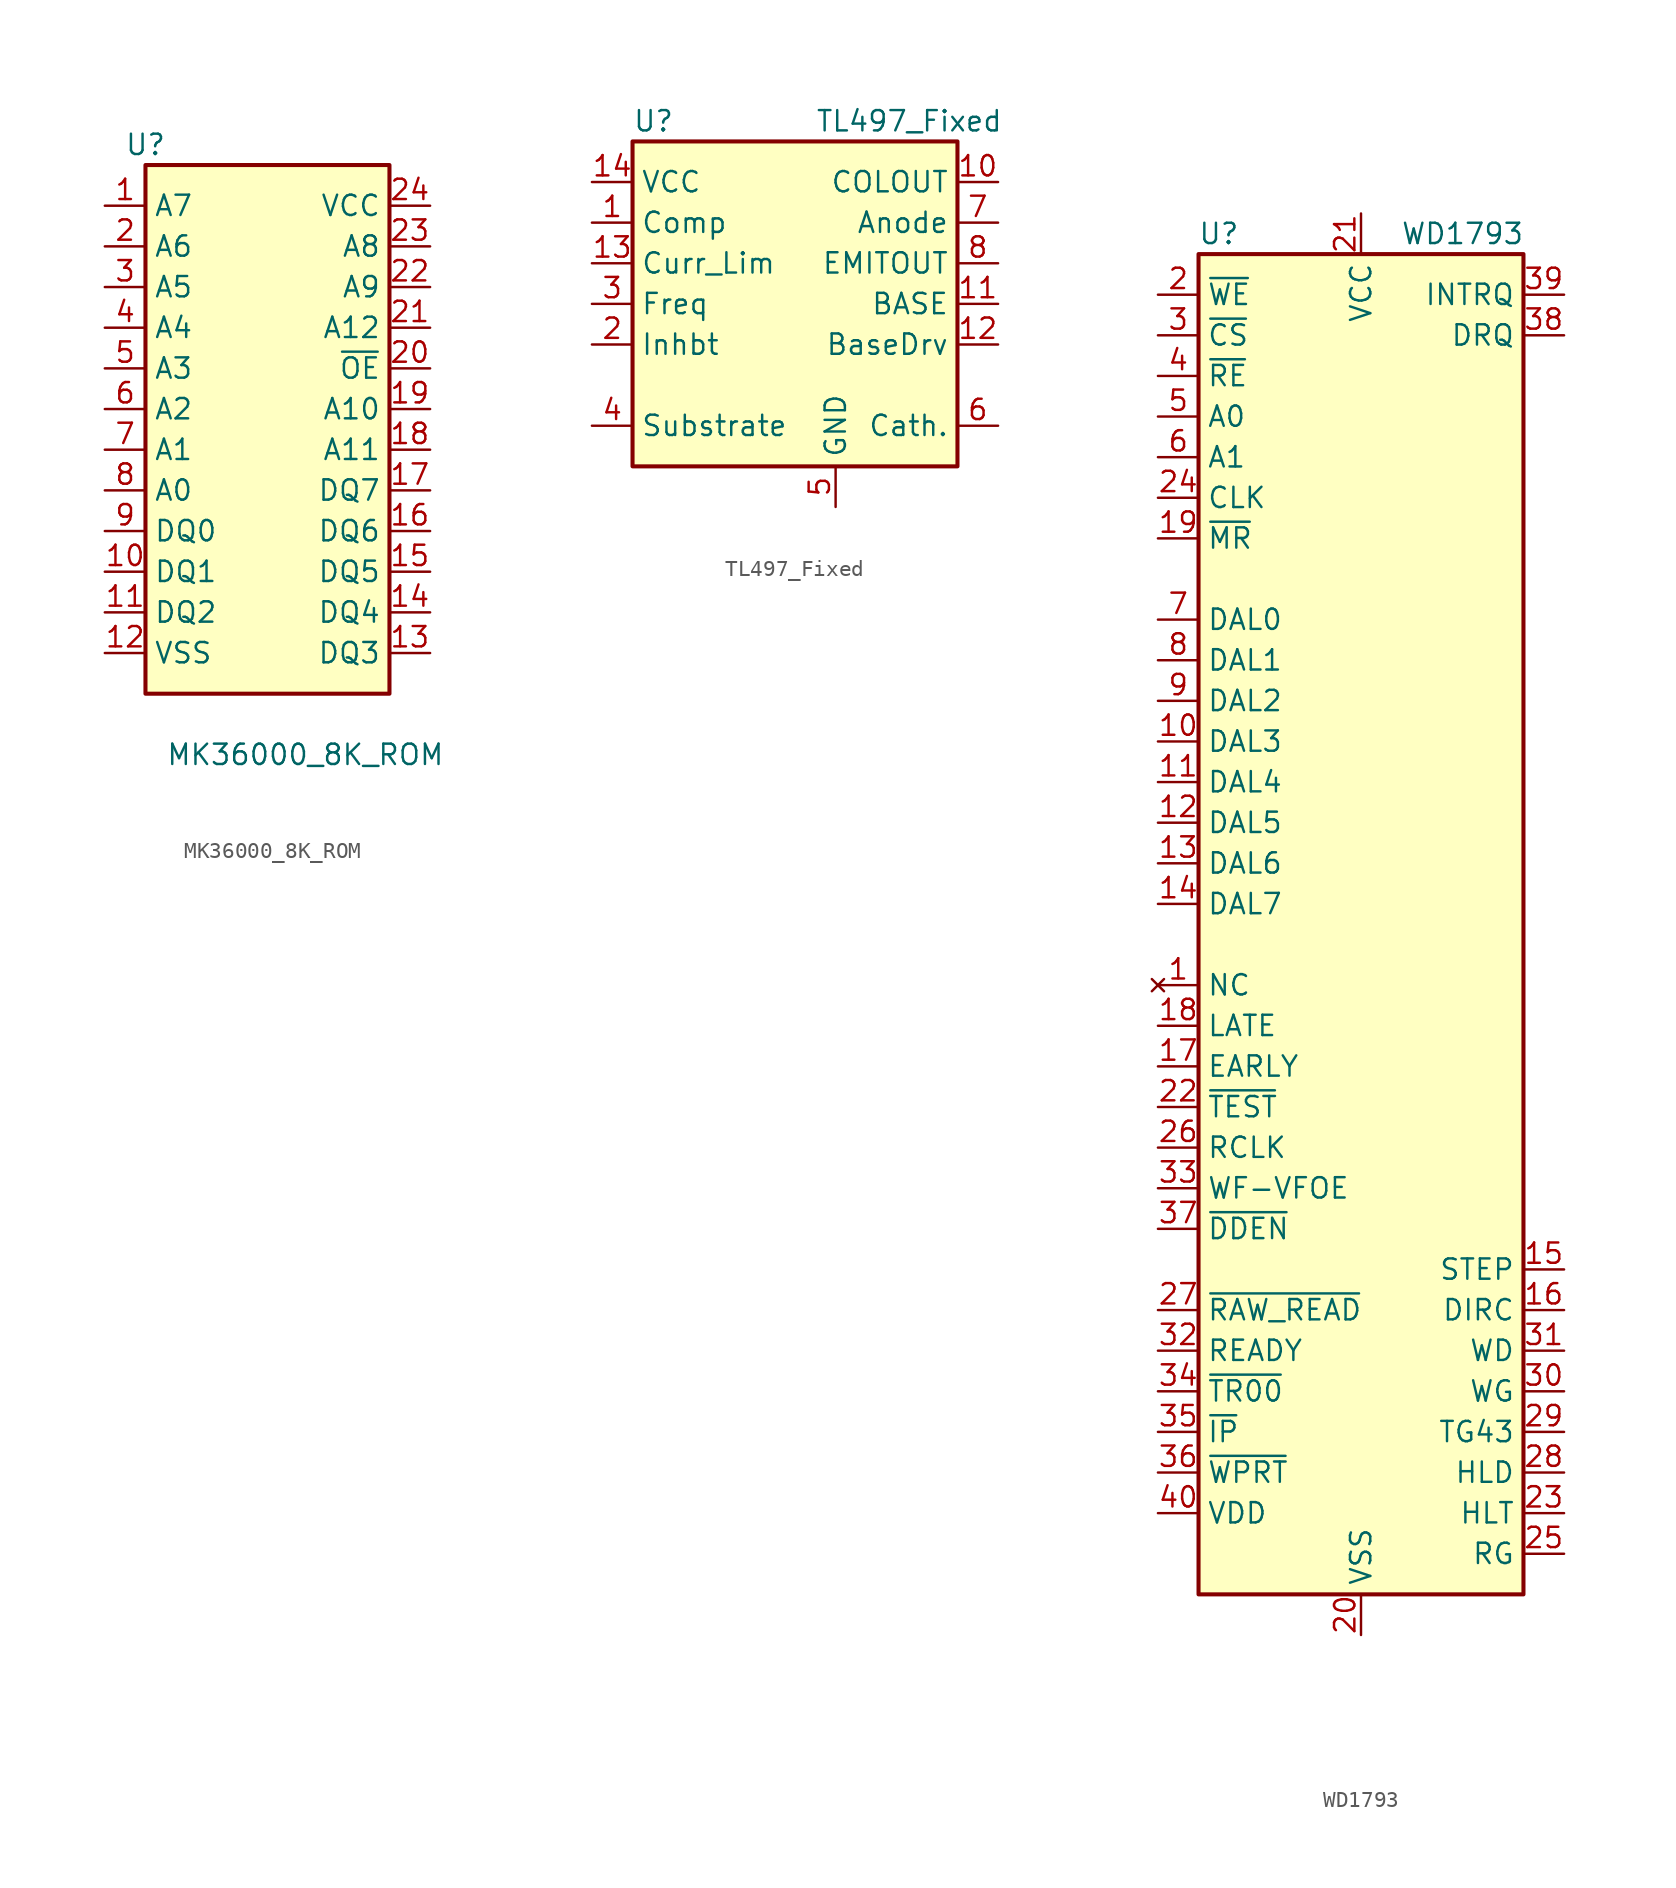
<source format=kicad_sym>
(kicad_symbol_lib
  (version 20220914)
  (generator kicad_symbol_editor)
  (symbol "MK36000_8K_ROM"
    (property "Reference" "U"
      (at -7.62 17.78 0)
      (effects (font (size 1.27 1.27))))
    (property "Value" "MK36000_8K_ROM"
      (at -6.35 -20.32 0)
      (effects (font (size 1.27 1.27)) (justify left)))
    (symbol "MK36000_8K_ROM_1_1"
      (rectangle (start -7.62 16.51) (end 7.62 -16.51) (stroke (width 0.254) (type default)) (fill (type background)))
      (pin input line (at -10.16 13.97 0) (length 2.54) (name "A7" (effects (font (size 1.27 1.27)))) (number "1" (effects (font (size 1.27 1.27)))))
      (pin tri_state line (at -10.16 -8.89 0) (length 2.54) (name "DQ1" (effects (font (size 1.27 1.27)))) (number "10" (effects (font (size 1.27 1.27)))))
      (pin tri_state line (at -10.16 -11.43 0) (length 2.54) (name "DQ2" (effects (font (size 1.27 1.27)))) (number "11" (effects (font (size 1.27 1.27)))))
      (pin power_in line (at -10.16 -13.97 0) (length 2.54) (name "VSS" (effects (font (size 1.27 1.27)))) (number "12" (effects (font (size 1.27 1.27)))))
      (pin tri_state line (at 10.16 -13.97 180) (length 2.54) (name "DQ3" (effects (font (size 1.27 1.27)))) (number "13" (effects (font (size 1.27 1.27)))))
      (pin tri_state line (at 10.16 -11.43 180) (length 2.54) (name "DQ4" (effects (font (size 1.27 1.27)))) (number "14" (effects (font (size 1.27 1.27)))))
      (pin tri_state line (at 10.16 -8.89 180) (length 2.54) (name "DQ5" (effects (font (size 1.27 1.27)))) (number "15" (effects (font (size 1.27 1.27)))))
      (pin tri_state line (at 10.16 -6.35 180) (length 2.54) (name "DQ6" (effects (font (size 1.27 1.27)))) (number "16" (effects (font (size 1.27 1.27)))))
      (pin tri_state line (at 10.16 -3.81 180) (length 2.54) (name "DQ7" (effects (font (size 1.27 1.27)))) (number "17" (effects (font (size 1.27 1.27)))))
      (pin input line (at 10.16 -1.27 180) (length 2.54) (name "A11" (effects (font (size 1.27 1.27)))) (number "18" (effects (font (size 1.27 1.27)))))
      (pin input line (at 10.16 1.27 180) (length 2.54) (name "A10" (effects (font (size 1.27 1.27)))) (number "19" (effects (font (size 1.27 1.27)))))
      (pin input line (at -10.16 11.43 0) (length 2.54) (name "A6" (effects (font (size 1.27 1.27)))) (number "2" (effects (font (size 1.27 1.27)))))
      (pin input line (at 10.16 3.81 180) (length 2.54) (name "~{OE}" (effects (font (size 1.27 1.27)))) (number "20" (effects (font (size 1.27 1.27)))))
      (pin input line (at 10.16 6.35 180) (length 2.54) (name "A12" (effects (font (size 1.27 1.27)))) (number "21" (effects (font (size 1.27 1.27)))))
      (pin input line (at 10.16 8.89 180) (length 2.54) (name "A9" (effects (font (size 1.27 1.27)))) (number "22" (effects (font (size 1.27 1.27)))))
      (pin input line (at 10.16 11.43 180) (length 2.54) (name "A8" (effects (font (size 1.27 1.27)))) (number "23" (effects (font (size 1.27 1.27)))))
      (pin power_in line (at 10.16 13.97 180) (length 2.54) (name "VCC" (effects (font (size 1.27 1.27)))) (number "24" (effects (font (size 1.27 1.27)))))
      (pin input line (at -10.16 8.89 0) (length 2.54) (name "A5" (effects (font (size 1.27 1.27)))) (number "3" (effects (font (size 1.27 1.27)))))
      (pin input line (at -10.16 6.35 0) (length 2.54) (name "A4" (effects (font (size 1.27 1.27)))) (number "4" (effects (font (size 1.27 1.27)))))
      (pin input line (at -10.16 3.81 0) (length 2.54) (name "A3" (effects (font (size 1.27 1.27)))) (number "5" (effects (font (size 1.27 1.27)))))
      (pin input line (at -10.16 1.27 0) (length 2.54) (name "A2" (effects (font (size 1.27 1.27)))) (number "6" (effects (font (size 1.27 1.27)))))
      (pin input line (at -10.16 -1.27 0) (length 2.54) (name "A1" (effects (font (size 1.27 1.27)))) (number "7" (effects (font (size 1.27 1.27)))))
      (pin input line (at -10.16 -3.81 0) (length 2.54) (name "A0" (effects (font (size 1.27 1.27)))) (number "8" (effects (font (size 1.27 1.27)))))
      (pin tri_state line (at -10.16 -6.35 0) (length 2.54) (name "DQ0" (effects (font (size 1.27 1.27)))) (number "9" (effects (font (size 1.27 1.27)))))))
  (symbol "TL497_Fixed"
    (property "Reference" "U"
      (at -10.16 11.43 0)
      (effects (font (size 1.27 1.27)) (justify left)))
    (property "Value" "TL497_Fixed"
      (at 1.27 11.43 0)
      (effects (font (size 1.27 1.27)) (justify left)))
    (symbol "TL497_Fixed_0_1"
      (rectangle (start -10.16 10.16) (end 10.16 -10.16) (stroke (width 0.254) (type default)) (fill (type background))))
    (symbol "TL497_Fixed_1_1"
      (pin input line (at -12.7 5.08 0) (length 2.54) (name "Comp" (effects (font (size 1.27 1.27)))) (number "1" (effects (font (size 1.27 1.27)))))
      (pin open_collector line (at 12.7 7.62 180) (length 2.54) (name "COLOUT" (effects (font (size 1.27 1.27)))) (number "10" (effects (font (size 1.27 1.27)))))
      (pin passive line (at 12.7 0 180) (length 2.54) (name "BASE" (effects (font (size 1.27 1.27)))) (number "11" (effects (font (size 1.27 1.27)))))
      (pin passive line (at 12.7 -2.54 180) (length 2.54) (name "BaseDrv" (effects (font (size 1.27 1.27)))) (number "12" (effects (font (size 1.27 1.27)))))
      (pin input line (at -12.7 2.54 0) (length 2.54) (name "Curr_Lim" (effects (font (size 1.27 1.27)))) (number "13" (effects (font (size 1.27 1.27)))))
      (pin power_in line (at -12.7 7.62 0) (length 2.54) (name "VCC" (effects (font (size 1.27 1.27)))) (number "14" (effects (font (size 1.27 1.27)))))
      (pin input line (at -12.7 -2.54 0) (length 2.54) (name "Inhbt" (effects (font (size 1.27 1.27)))) (number "2" (effects (font (size 1.27 1.27)))))
      (pin input line (at -12.7 0 0) (length 2.54) (name "Freq" (effects (font (size 1.27 1.27)))) (number "3" (effects (font (size 1.27 1.27)))))
      (pin input line (at -12.7 -7.62 0) (length 2.54) (name "Substrate" (effects (font (size 1.27 1.27)))) (number "4" (effects (font (size 1.27 1.27)))))
      (pin power_in line (at 2.54 -12.7 90) (length 2.54) (name "GND" (effects (font (size 1.27 1.27)))) (number "5" (effects (font (size 1.27 1.27)))))
      (pin passive line (at 12.7 -7.62 180) (length 2.54) (name "Cath." (effects (font (size 1.27 1.27)))) (number "6" (effects (font (size 1.27 1.27)))))
      (pin passive line (at 12.7 5.08 180) (length 2.54) (name "Anode" (effects (font (size 1.27 1.27)))) (number "7" (effects (font (size 1.27 1.27)))))
      (pin power_in line (at 12.7 2.54 180) (length 2.54) (name "EMITOUT" (effects (font (size 1.27 1.27)))) (number "8" (effects (font (size 1.27 1.27)))))
      (pin no_connect line (at -10.16 -5.08 0) (length 2.54) hide (name "NC" (effects (font (size 1.27 1.27)))) (number "9" (effects (font (size 1.27 1.27)))))))
  (symbol "WD1793"
    (property "Reference" "U"
      (at -8.89 44.45 0)
      (effects (font (size 1.27 1.27))))
    (property "Value" "WD1793"
      (at 6.35 44.45 0)
      (effects (font (size 1.27 1.27))))
    (symbol "WD1793_0_1"
      (rectangle (start -10.16 43.18) (end 10.16 -40.64) (stroke (width 0.254) (type default)) (fill (type background))))
    (symbol "WD1793_1_1"
      (pin no_connect line (at -12.7 -2.54 0) (length 2.54) (name "NC" (effects (font (size 1.27 1.27)))) (number "1" (effects (font (size 1.27 1.27)))))
      (pin tri_state line (at -12.7 12.7 0) (length 2.54) (name "DAL3" (effects (font (size 1.27 1.27)))) (number "10" (effects (font (size 1.27 1.27)))))
      (pin tri_state line (at -12.7 10.16 0) (length 2.54) (name "DAL4" (effects (font (size 1.27 1.27)))) (number "11" (effects (font (size 1.27 1.27)))))
      (pin tri_state line (at -12.7 7.62 0) (length 2.54) (name "DAL5" (effects (font (size 1.27 1.27)))) (number "12" (effects (font (size 1.27 1.27)))))
      (pin tri_state line (at -12.7 5.08 0) (length 2.54) (name "DAL6" (effects (font (size 1.27 1.27)))) (number "13" (effects (font (size 1.27 1.27)))))
      (pin tri_state line (at -12.7 2.54 0) (length 2.54) (name "DAL7" (effects (font (size 1.27 1.27)))) (number "14" (effects (font (size 1.27 1.27)))))
      (pin output line (at 12.7 -20.32 180) (length 2.54) (name "STEP" (effects (font (size 1.27 1.27)))) (number "15" (effects (font (size 1.27 1.27)))))
      (pin output line (at 12.7 -22.86 180) (length 2.54) (name "DIRC" (effects (font (size 1.27 1.27)))) (number "16" (effects (font (size 1.27 1.27)))))
      (pin output line (at -12.7 -7.62 0) (length 2.54) (name "EARLY" (effects (font (size 1.27 1.27)))) (number "17" (effects (font (size 1.27 1.27)))))
      (pin output line (at -12.7 -5.08 0) (length 2.54) (name "LATE" (effects (font (size 1.27 1.27)))) (number "18" (effects (font (size 1.27 1.27)))))
      (pin input line (at -12.7 25.4 0) (length 2.54) (name "~{MR}" (effects (font (size 1.27 1.27)))) (number "19" (effects (font (size 1.27 1.27)))))
      (pin input line (at -12.7 40.64 0) (length 2.54) (name "~{WE}" (effects (font (size 1.27 1.27)))) (number "2" (effects (font (size 1.27 1.27)))))
      (pin power_in line (at 0 -43.18 90) (length 2.54) (name "VSS" (effects (font (size 1.27 1.27)))) (number "20" (effects (font (size 1.27 1.27)))))
      (pin power_in line (at 0 45.72 270) (length 2.54) (name "VCC" (effects (font (size 1.27 1.27)))) (number "21" (effects (font (size 1.27 1.27)))))
      (pin input line (at -12.7 -10.16 0) (length 2.54) (name "~{TEST}" (effects (font (size 1.27 1.27)))) (number "22" (effects (font (size 1.27 1.27)))))
      (pin input line (at 12.7 -35.56 180) (length 2.54) (name "HLT" (effects (font (size 1.27 1.27)))) (number "23" (effects (font (size 1.27 1.27)))))
      (pin input line (at -12.7 27.94 0) (length 2.54) (name "CLK" (effects (font (size 1.27 1.27)))) (number "24" (effects (font (size 1.27 1.27)))))
      (pin output line (at 12.7 -38.1 180) (length 2.54) (name "RG" (effects (font (size 1.27 1.27)))) (number "25" (effects (font (size 1.27 1.27)))))
      (pin input line (at -12.7 -12.7 0) (length 2.54) (name "RCLK" (effects (font (size 1.27 1.27)))) (number "26" (effects (font (size 1.27 1.27)))))
      (pin input line (at -12.7 -22.86 0) (length 2.54) (name "~{RAW_READ}" (effects (font (size 1.27 1.27)))) (number "27" (effects (font (size 1.27 1.27)))))
      (pin output line (at 12.7 -33.02 180) (length 2.54) (name "HLD" (effects (font (size 1.27 1.27)))) (number "28" (effects (font (size 1.27 1.27)))))
      (pin output line (at 12.7 -30.48 180) (length 2.54) (name "TG43" (effects (font (size 1.27 1.27)))) (number "29" (effects (font (size 1.27 1.27)))))
      (pin input line (at -12.7 38.1 0) (length 2.54) (name "~{CS}" (effects (font (size 1.27 1.27)))) (number "3" (effects (font (size 1.27 1.27)))))
      (pin output line (at 12.7 -27.94 180) (length 2.54) (name "WG" (effects (font (size 1.27 1.27)))) (number "30" (effects (font (size 1.27 1.27)))))
      (pin output line (at 12.7 -25.4 180) (length 2.54) (name "WD" (effects (font (size 1.27 1.27)))) (number "31" (effects (font (size 1.27 1.27)))))
      (pin input line (at -12.7 -25.4 0) (length 2.54) (name "READY" (effects (font (size 1.27 1.27)))) (number "32" (effects (font (size 1.27 1.27)))))
      (pin bidirectional line (at -12.7 -15.24 0) (length 2.54) (name "WF-VFOE" (effects (font (size 1.27 1.27)))) (number "33" (effects (font (size 1.27 1.27)))))
      (pin input line (at -12.7 -27.94 0) (length 2.54) (name "~{TR00}" (effects (font (size 1.27 1.27)))) (number "34" (effects (font (size 1.27 1.27)))))
      (pin input line (at -12.7 -30.48 0) (length 2.54) (name "~{IP}" (effects (font (size 1.27 1.27)))) (number "35" (effects (font (size 1.27 1.27)))))
      (pin input line (at -12.7 -33.02 0) (length 2.54) (name "~{WPRT}" (effects (font (size 1.27 1.27)))) (number "36" (effects (font (size 1.27 1.27)))))
      (pin input line (at -12.7 -17.78 0) (length 2.54) (name "~{DDEN}" (effects (font (size 1.27 1.27)))) (number "37" (effects (font (size 1.27 1.27)))))
      (pin output line (at 12.7 38.1 180) (length 2.54) (name "DRQ" (effects (font (size 1.27 1.27)))) (number "38" (effects (font (size 1.27 1.27)))))
      (pin output line (at 12.7 40.64 180) (length 2.54) (name "INTRQ" (effects (font (size 1.27 1.27)))) (number "39" (effects (font (size 1.27 1.27)))))
      (pin input line (at -12.7 35.56 0) (length 2.54) (name "~{RE}" (effects (font (size 1.27 1.27)))) (number "4" (effects (font (size 1.27 1.27)))))
      (pin power_in line (at -12.7 -35.56 0) (length 2.54) (name "VDD" (effects (font (size 1.27 1.27)))) (number "40" (effects (font (size 1.27 1.27)))))
      (pin input line (at -12.7 33.02 0) (length 2.54) (name "A0" (effects (font (size 1.27 1.27)))) (number "5" (effects (font (size 1.27 1.27)))))
      (pin input line (at -12.7 30.48 0) (length 2.54) (name "A1" (effects (font (size 1.27 1.27)))) (number "6" (effects (font (size 1.27 1.27)))))
      (pin tri_state line (at -12.7 20.32 0) (length 2.54) (name "DAL0" (effects (font (size 1.27 1.27)))) (number "7" (effects (font (size 1.27 1.27)))))
      (pin tri_state line (at -12.7 17.78 0) (length 2.54) (name "DAL1" (effects (font (size 1.27 1.27)))) (number "8" (effects (font (size 1.27 1.27)))))
      (pin tri_state line (at -12.7 15.24 0) (length 2.54) (name "DAL2" (effects (font (size 1.27 1.27)))) (number "9" (effects (font (size 1.27 1.27))))))))
</source>
